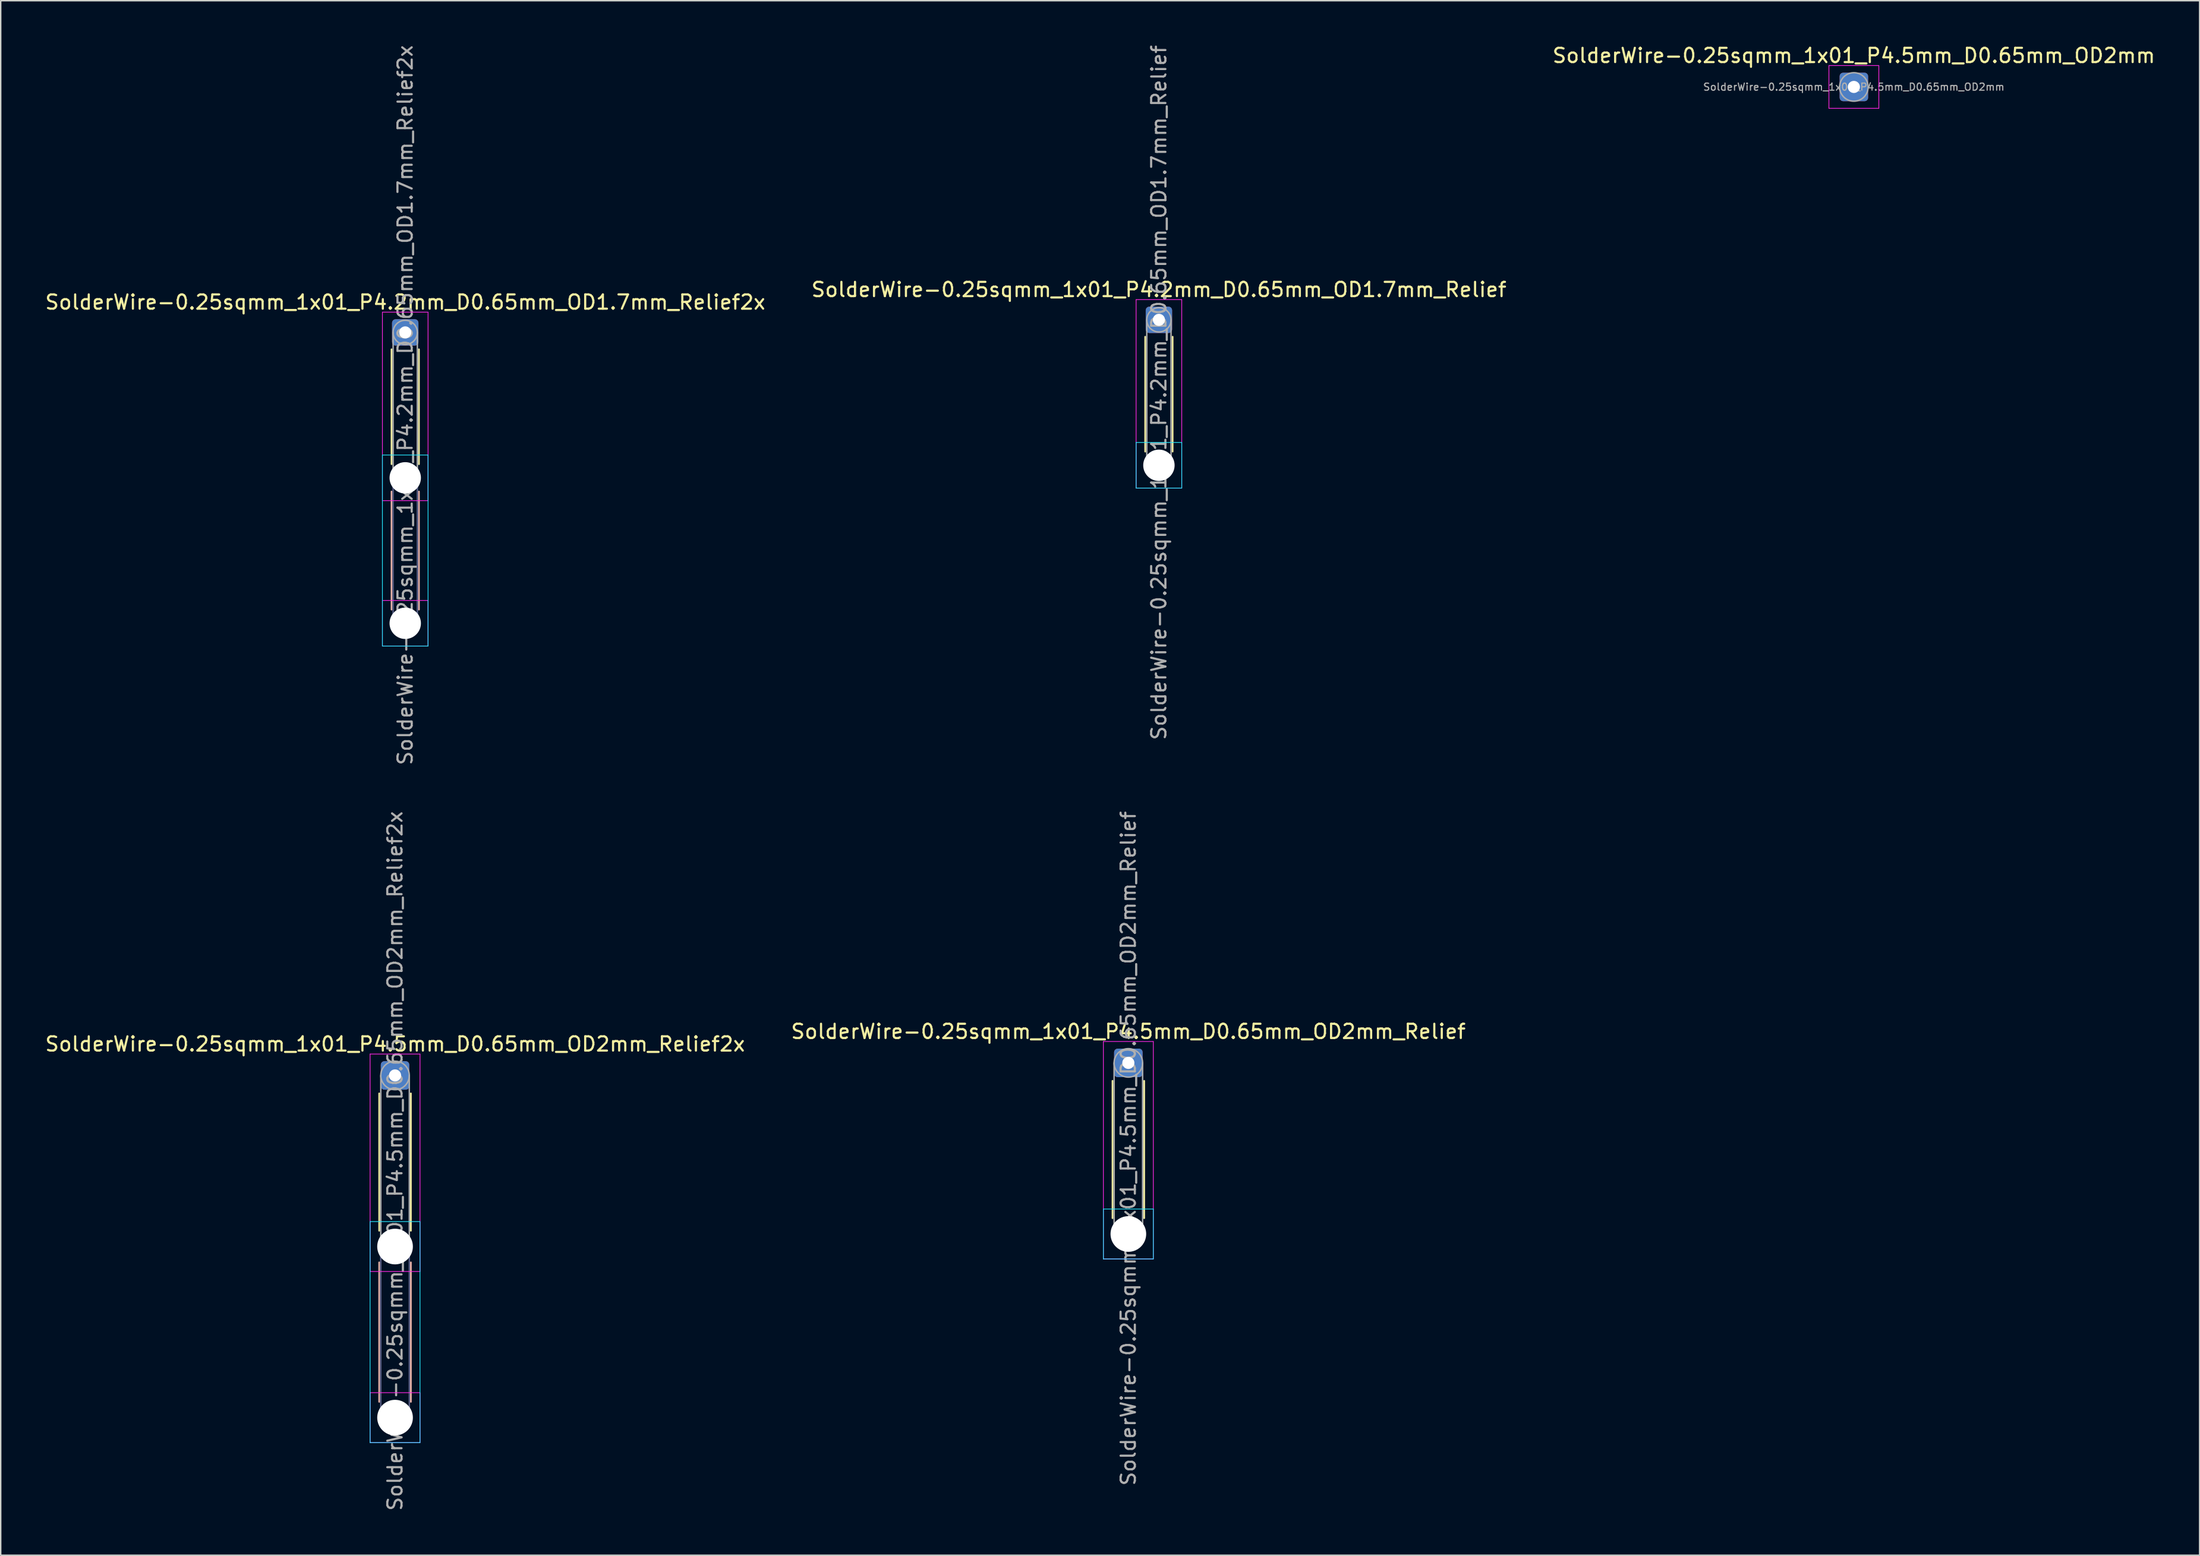
<source format=kicad_pcb>
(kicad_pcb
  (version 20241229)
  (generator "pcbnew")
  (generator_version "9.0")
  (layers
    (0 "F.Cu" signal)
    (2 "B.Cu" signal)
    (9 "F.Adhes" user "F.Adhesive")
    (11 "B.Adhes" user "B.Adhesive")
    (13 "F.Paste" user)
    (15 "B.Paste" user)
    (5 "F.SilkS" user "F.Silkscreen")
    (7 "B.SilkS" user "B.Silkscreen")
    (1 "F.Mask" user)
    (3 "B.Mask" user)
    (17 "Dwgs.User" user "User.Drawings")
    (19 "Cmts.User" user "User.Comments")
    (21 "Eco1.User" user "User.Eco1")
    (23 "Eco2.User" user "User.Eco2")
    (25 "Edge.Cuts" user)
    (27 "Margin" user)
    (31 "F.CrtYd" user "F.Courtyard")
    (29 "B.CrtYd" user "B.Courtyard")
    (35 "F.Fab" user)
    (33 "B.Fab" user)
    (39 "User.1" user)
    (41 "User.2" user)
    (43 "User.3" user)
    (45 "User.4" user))
  (footprint "SolderWire-0.25sqmm_1x01_P4.5mm_D0.65mm_OD2mm"
    (layer "F.Cu")
    (at 126.935 3.048)
    (property "Reference" "SolderWire-0.25sqmm_1x01_P4.5mm_D0.65mm_OD2mm" (at 0 -2.2 0) (layer "F.SilkS") (effects (font (size 1 1) (thickness 0.15))))
    (attr exclude_from_pos_files exclude_from_bom)
    (fp_line (start -1.75 -1.5) (end -1.75 1.5) (stroke (width 0.05) (type solid)) (layer "F.CrtYd"))
    (fp_line (start -1.75 1.5) (end 1.75 1.5) (stroke (width 0.05) (type solid)) (layer "F.CrtYd"))
    (fp_line (start 1.75 -1.5) (end -1.75 -1.5) (stroke (width 0.05) (type solid)) (layer "F.CrtYd"))
    (fp_line (start 1.75 1.5) (end 1.75 -1.5) (stroke (width 0.05) (type solid)) (layer "F.CrtYd"))
    (fp_circle (center 0 0) (end 1 0) (stroke (width 0.1) (type solid)) (fill no) (layer "F.Fab"))
    (fp_text user "${REFERENCE}" (at 0 0 0) (layer "F.Fab") (effects (font (size 0.5 0.5) (thickness 0.08))))
    (pad "1" thru_hole roundrect (at 0 0) (size 2 2) (drill 0.85) (layers "*.Cu" "*.Mask") (roundrect_rratio 0.125)))
  (footprint "SolderWire-0.25sqmm_1x01_P4.5mm_D0.65mm_OD2mm_Relief"
    (layer "F.Cu")
    (at 76.065 71.494)
    (property "Reference" "SolderWire-0.25sqmm_1x01_P4.5mm_D0.65mm_OD2mm_Relief" (at 0 -2.2 0) (layer "F.SilkS") (effects (font (size 1 1) (thickness 0.15))))
    (attr exclude_from_pos_files exclude_from_bom)
    (fp_line (start -1.11 1.26) (end -1.11 10.89) (stroke (width 0.12) (type solid)) (layer "F.SilkS"))
    (fp_line (start 1.11 1.26) (end 1.11 10.89) (stroke (width 0.12) (type solid)) (layer "F.SilkS"))
    (fp_line (start -1.75 10.25) (end -1.75 13.75) (stroke (width 0.05) (type solid)) (layer "B.CrtYd"))
    (fp_line (start -1.75 13.75) (end 1.75 13.75) (stroke (width 0.05) (type solid)) (layer "B.CrtYd"))
    (fp_line (start 1.75 10.25) (end -1.75 10.25) (stroke (width 0.05) (type solid)) (layer "B.CrtYd"))
    (fp_line (start 1.75 13.75) (end 1.75 10.25) (stroke (width 0.05) (type solid)) (layer "B.CrtYd"))
    (fp_line (start -1.75 -1.5) (end -1.75 13.75) (stroke (width 0.05) (type solid)) (layer "F.CrtYd"))
    (fp_line (start -1.75 13.75) (end 1.75 13.75) (stroke (width 0.05) (type solid)) (layer "F.CrtYd"))
    (fp_line (start 1.75 -1.5) (end -1.75 -1.5) (stroke (width 0.05) (type solid)) (layer "F.CrtYd"))
    (fp_line (start 1.75 13.75) (end 1.75 -1.5) (stroke (width 0.05) (type solid)) (layer "F.CrtYd"))
    (fp_line (start -1 0) (end -1 12) (stroke (width 0.1) (type solid)) (layer "F.Fab"))
    (fp_line (start 1 0) (end 1 12) (stroke (width 0.1) (type solid)) (layer "F.Fab"))
    (fp_circle (center 0 0) (end 1 0) (stroke (width 0.1) (type solid)) (fill no) (layer "F.Fab"))
    (fp_circle (center 0 12) (end 1 12) (stroke (width 0.1) (type solid)) (fill no) (layer "F.Fab"))
    (fp_text user "${REFERENCE}" (at 0 6 90) (layer "F.Fab") (effects (font (size 1 1) (thickness 0.15))))
    (pad "" np_thru_hole circle (at 0 12) (size 2.5 2.5) (drill 2.5) (layers "*.Cu" "*.Mask"))
    (pad "1" thru_hole roundrect (at 0 0) (size 2 2) (drill 0.85) (layers "*.Cu" "*.Mask") (roundrect_rratio 0.125)))
  (footprint "SolderWire-0.25sqmm_1x01_P4.5mm_D0.65mm_OD2mm_Relief2x"
    (layer "F.Cu")
    (at 24.649 72.375)
    (property "Reference" "SolderWire-0.25sqmm_1x01_P4.5mm_D0.65mm_OD2mm_Relief2x" (at 0 -2.2 0) (layer "F.SilkS") (effects (font (size 1 1) (thickness 0.15))))
    (attr exclude_from_pos_files exclude_from_bom)
    (fp_line (start -1.11 1.26) (end -1.11 10.89) (stroke (width 0.12) (type solid)) (layer "F.SilkS"))
    (fp_line (start 1.11 1.26) (end 1.11 10.89) (stroke (width 0.12) (type solid)) (layer "F.SilkS"))
    (fp_line (start -1.11 13.11) (end -1.11 22.89) (stroke (width 0.12) (type solid)) (layer "B.SilkS"))
    (fp_line (start 1.11 13.11) (end 1.11 22.89) (stroke (width 0.12) (type solid)) (layer "B.SilkS"))
    (fp_line (start -1.75 10.25) (end -1.75 25.75) (stroke (width 0.05) (type solid)) (layer "B.CrtYd"))
    (fp_line (start -1.75 25.75) (end 1.75 25.75) (stroke (width 0.05) (type solid)) (layer "B.CrtYd"))
    (fp_line (start 1.75 10.25) (end -1.75 10.25) (stroke (width 0.05) (type solid)) (layer "B.CrtYd"))
    (fp_line (start 1.75 25.75) (end 1.75 10.25) (stroke (width 0.05) (type solid)) (layer "B.CrtYd"))
    (fp_line (start -1.75 -1.5) (end -1.75 13.75) (stroke (width 0.05) (type solid)) (layer "F.CrtYd"))
    (fp_line (start -1.75 13.75) (end 1.75 13.75) (stroke (width 0.05) (type solid)) (layer "F.CrtYd"))
    (fp_line (start -1.75 22.25) (end -1.75 25.75) (stroke (width 0.05) (type solid)) (layer "F.CrtYd"))
    (fp_line (start -1.75 25.75) (end 1.75 25.75) (stroke (width 0.05) (type solid)) (layer "F.CrtYd"))
    (fp_line (start 1.75 -1.5) (end -1.75 -1.5) (stroke (width 0.05) (type solid)) (layer "F.CrtYd"))
    (fp_line (start 1.75 13.75) (end 1.75 -1.5) (stroke (width 0.05) (type solid)) (layer "F.CrtYd"))
    (fp_line (start 1.75 22.25) (end -1.75 22.25) (stroke (width 0.05) (type solid)) (layer "F.CrtYd"))
    (fp_line (start 1.75 25.75) (end 1.75 22.25) (stroke (width 0.05) (type solid)) (layer "F.CrtYd"))
    (fp_line (start -1 12) (end -1 24) (stroke (width 0.1) (type solid)) (layer "B.Fab"))
    (fp_line (start 1 12) (end 1 24) (stroke (width 0.1) (type solid)) (layer "B.Fab"))
    (fp_circle (center 0 12) (end 1 12) (stroke (width 0.1) (type solid)) (fill no) (layer "B.Fab"))
    (fp_circle (center 0 24) (end 1 24) (stroke (width 0.1) (type solid)) (fill no) (layer "B.Fab"))
    (fp_line (start -1 0) (end -1 12) (stroke (width 0.1) (type solid)) (layer "F.Fab"))
    (fp_line (start 1 0) (end 1 12) (stroke (width 0.1) (type solid)) (layer "F.Fab"))
    (fp_circle (center 0 0) (end 1 0) (stroke (width 0.1) (type solid)) (fill no) (layer "F.Fab"))
    (fp_circle (center 0 12) (end 1 12) (stroke (width 0.1) (type solid)) (fill no) (layer "F.Fab"))
    (fp_circle (center 0 24) (end 1 24) (stroke (width 0.1) (type solid)) (fill no) (layer "F.Fab"))
    (fp_text user "${REFERENCE}" (at 0 6 90) (layer "F.Fab") (effects (font (size 1 1) (thickness 0.15))))
    (pad "" np_thru_hole circle (at 0 12) (size 2.5 2.5) (drill 2.5) (layers "*.Cu" "*.Mask"))
    (pad "" np_thru_hole circle (at 0 24) (size 2.5 2.5) (drill 2.5) (layers "*.Cu" "*.Mask"))
    (pad "1" thru_hole roundrect (at 0 0) (size 2 2) (drill 0.85) (layers "*.Cu" "*.Mask") (roundrect_rratio 0.125)))
  (footprint "SolderWire-0.25sqmm_1x01_P4.2mm_D0.65mm_OD1.7mm_Relief2x"
    (layer "F.Cu")
    (at 25.363 20.263)
    (property "Reference" "SolderWire-0.25sqmm_1x01_P4.2mm_D0.65mm_OD1.7mm_Relief2x" (at 0 -2.12 0) (layer "F.SilkS") (effects (font (size 1 1) (thickness 0.15))))
    (attr exclude_from_pos_files exclude_from_bom)
    (fp_line (start -0.96 1.185) (end -0.96 9.24) (stroke (width 0.12) (type solid)) (layer "F.SilkS"))
    (fp_line (start 0.96 1.185) (end 0.96 9.24) (stroke (width 0.12) (type solid)) (layer "F.SilkS"))
    (fp_line (start -0.96 11.16) (end -0.96 19.44) (stroke (width 0.12) (type solid)) (layer "B.SilkS"))
    (fp_line (start 0.96 11.16) (end 0.96 19.44) (stroke (width 0.12) (type solid)) (layer "B.SilkS"))
    (fp_line (start -1.6 8.6) (end -1.6 22) (stroke (width 0.05) (type solid)) (layer "B.CrtYd"))
    (fp_line (start -1.6 22) (end 1.6 22) (stroke (width 0.05) (type solid)) (layer "B.CrtYd"))
    (fp_line (start 1.6 8.6) (end -1.6 8.6) (stroke (width 0.05) (type solid)) (layer "B.CrtYd"))
    (fp_line (start 1.6 22) (end 1.6 8.6) (stroke (width 0.05) (type solid)) (layer "B.CrtYd"))
    (fp_line (start -1.6 -1.42) (end -1.6 11.8) (stroke (width 0.05) (type solid)) (layer "F.CrtYd"))
    (fp_line (start -1.6 11.8) (end 1.6 11.8) (stroke (width 0.05) (type solid)) (layer "F.CrtYd"))
    (fp_line (start -1.6 18.8) (end -1.6 22) (stroke (width 0.05) (type solid)) (layer "F.CrtYd"))
    (fp_line (start -1.6 22) (end 1.6 22) (stroke (width 0.05) (type solid)) (layer "F.CrtYd"))
    (fp_line (start 1.6 -1.42) (end -1.6 -1.42) (stroke (width 0.05) (type solid)) (layer "F.CrtYd"))
    (fp_line (start 1.6 11.8) (end 1.6 -1.42) (stroke (width 0.05) (type solid)) (layer "F.CrtYd"))
    (fp_line (start 1.6 18.8) (end -1.6 18.8) (stroke (width 0.05) (type solid)) (layer "F.CrtYd"))
    (fp_line (start 1.6 22) (end 1.6 18.8) (stroke (width 0.05) (type solid)) (layer "F.CrtYd"))
    (fp_line (start -0.85 10.2) (end -0.85 20.4) (stroke (width 0.1) (type solid)) (layer "B.Fab"))
    (fp_line (start 0.85 10.2) (end 0.85 20.4) (stroke (width 0.1) (type solid)) (layer "B.Fab"))
    (fp_circle (center 0 10.2) (end 0.85 10.2) (stroke (width 0.1) (type solid)) (fill no) (layer "B.Fab"))
    (fp_circle (center 0 20.4) (end 0.85 20.4) (stroke (width 0.1) (type solid)) (fill no) (layer "B.Fab"))
    (fp_line (start -0.85 0) (end -0.85 10.2) (stroke (width 0.1) (type solid)) (layer "F.Fab"))
    (fp_line (start 0.85 0) (end 0.85 10.2) (stroke (width 0.1) (type solid)) (layer "F.Fab"))
    (fp_circle (center 0 0) (end 0.85 0) (stroke (width 0.1) (type solid)) (fill no) (layer "F.Fab"))
    (fp_circle (center 0 10.2) (end 0.85 10.2) (stroke (width 0.1) (type solid)) (fill no) (layer "F.Fab"))
    (fp_circle (center 0 20.4) (end 0.85 20.4) (stroke (width 0.1) (type solid)) (fill no) (layer "F.Fab"))
    (fp_text user "${REFERENCE}" (at 0 5.1 90) (layer "F.Fab") (effects (font (size 1 1) (thickness 0.15))))
    (pad "" np_thru_hole circle (at 0 10.2) (size 2.2 2.2) (drill 2.2) (layers "*.Cu" "*.Mask"))
    (pad "" np_thru_hole circle (at 0 20.4) (size 2.2 2.2) (drill 2.2) (layers "*.Cu" "*.Mask"))
    (pad "1" thru_hole roundrect (at 0 0) (size 1.85 1.85) (drill 0.85) (layers "*.Cu" "*.Mask") (roundrect_rratio 0.135)))
  (footprint "SolderWire-0.25sqmm_1x01_P4.2mm_D0.65mm_OD1.7mm_Relief"
    (layer "F.Cu")
    (at 78.208 19.382)
    (property "Reference" "SolderWire-0.25sqmm_1x01_P4.2mm_D0.65mm_OD1.7mm_Relief" (at 0 -2.12 0) (layer "F.SilkS") (effects (font (size 1 1) (thickness 0.15))))
    (attr exclude_from_pos_files exclude_from_bom)
    (fp_line (start -0.96 1.185) (end -0.96 9.24) (stroke (width 0.12) (type solid)) (layer "F.SilkS"))
    (fp_line (start 0.96 1.185) (end 0.96 9.24) (stroke (width 0.12) (type solid)) (layer "F.SilkS"))
    (fp_line (start -1.6 8.6) (end -1.6 11.8) (stroke (width 0.05) (type solid)) (layer "B.CrtYd"))
    (fp_line (start -1.6 11.8) (end 1.6 11.8) (stroke (width 0.05) (type solid)) (layer "B.CrtYd"))
    (fp_line (start 1.6 8.6) (end -1.6 8.6) (stroke (width 0.05) (type solid)) (layer "B.CrtYd"))
    (fp_line (start 1.6 11.8) (end 1.6 8.6) (stroke (width 0.05) (type solid)) (layer "B.CrtYd"))
    (fp_line (start -1.6 -1.42) (end -1.6 11.8) (stroke (width 0.05) (type solid)) (layer "F.CrtYd"))
    (fp_line (start -1.6 11.8) (end 1.6 11.8) (stroke (width 0.05) (type solid)) (layer "F.CrtYd"))
    (fp_line (start 1.6 -1.42) (end -1.6 -1.42) (stroke (width 0.05) (type solid)) (layer "F.CrtYd"))
    (fp_line (start 1.6 11.8) (end 1.6 -1.42) (stroke (width 0.05) (type solid)) (layer "F.CrtYd"))
    (fp_line (start -0.85 0) (end -0.85 10.2) (stroke (width 0.1) (type solid)) (layer "F.Fab"))
    (fp_line (start 0.85 0) (end 0.85 10.2) (stroke (width 0.1) (type solid)) (layer "F.Fab"))
    (fp_circle (center 0 0) (end 0.85 0) (stroke (width 0.1) (type solid)) (fill no) (layer "F.Fab"))
    (fp_circle (center 0 10.2) (end 0.85 10.2) (stroke (width 0.1) (type solid)) (fill no) (layer "F.Fab"))
    (fp_text user "${REFERENCE}" (at 0 5.1 90) (layer "F.Fab") (effects (font (size 1 1) (thickness 0.15))))
    (pad "" np_thru_hole circle (at 0 10.2) (size 2.2 2.2) (drill 2.2) (layers "*.Cu" "*.Mask"))
    (pad "1" thru_hole roundrect (at 0 0) (size 1.85 1.85) (drill 0.85) (layers "*.Cu" "*.Mask") (roundrect_rratio 0.135)))
  (gr_rect
    (start -3 -3)
    (end 151.179 106.024)
    (stroke (width 0.1) (type default))
    (fill no)
    (layer "Edge.Cuts")))
</source>
